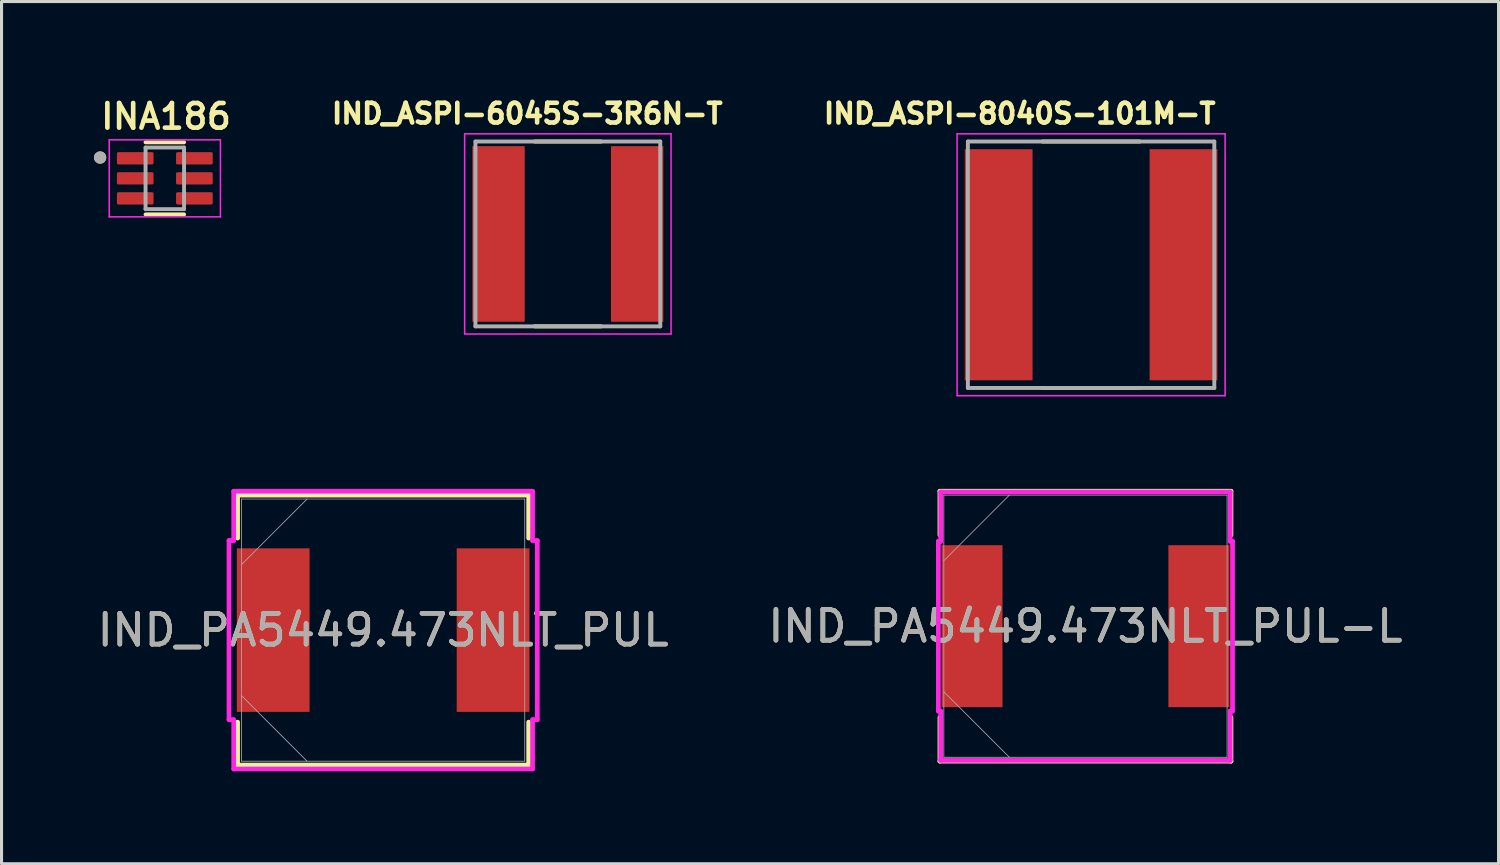
<source format=kicad_pcb>
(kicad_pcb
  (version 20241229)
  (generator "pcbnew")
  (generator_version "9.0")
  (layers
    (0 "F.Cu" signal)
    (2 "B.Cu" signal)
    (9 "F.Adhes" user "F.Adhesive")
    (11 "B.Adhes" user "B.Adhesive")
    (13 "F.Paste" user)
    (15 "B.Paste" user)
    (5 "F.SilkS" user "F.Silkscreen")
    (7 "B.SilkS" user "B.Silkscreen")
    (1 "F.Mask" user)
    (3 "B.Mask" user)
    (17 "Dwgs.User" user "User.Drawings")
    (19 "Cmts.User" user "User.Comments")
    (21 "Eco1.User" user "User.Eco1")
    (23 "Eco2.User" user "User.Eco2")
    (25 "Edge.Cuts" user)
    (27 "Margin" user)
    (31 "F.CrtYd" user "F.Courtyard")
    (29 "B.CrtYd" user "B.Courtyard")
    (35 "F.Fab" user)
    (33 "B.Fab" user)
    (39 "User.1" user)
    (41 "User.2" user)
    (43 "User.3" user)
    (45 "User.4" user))
  (footprint "IND_ASPI-8040S-101M-T"
    (layer "F.Cu")
    (at 32.368 5.544)
    (property "Reference" "IND_ASPI-8040S-101M-T" (at -2.318 -4.906 0) (layer "F.SilkS") (effects (font (size 0.64 0.64) (thickness 0.15))))
    (attr smd)
    (fp_line (start -1.58 -4) (end 1.58 -4) (stroke (width 0.127) (type solid)) (layer "F.SilkS"))
    (fp_line (start -1.58 4) (end 1.58 4) (stroke (width 0.127) (type solid)) (layer "F.SilkS"))
    (fp_line (start -4.35 -4.25) (end -4.35 4.25) (stroke (width 0.05) (type solid)) (layer "F.CrtYd"))
    (fp_line (start -4.35 4.25) (end 4.35 4.25) (stroke (width 0.05) (type solid)) (layer "F.CrtYd"))
    (fp_line (start 4.35 -4.25) (end -4.35 -4.25) (stroke (width 0.05) (type solid)) (layer "F.CrtYd"))
    (fp_line (start 4.35 4.25) (end 4.35 -4.25) (stroke (width 0.05) (type solid)) (layer "F.CrtYd"))
    (fp_line (start -4 -4) (end -4 4) (stroke (width 0.127) (type solid)) (layer "F.Fab"))
    (fp_line (start -4 -4) (end 4 -4) (stroke (width 0.127) (type solid)) (layer "F.Fab"))
    (fp_line (start -4 4) (end 4 4) (stroke (width 0.127) (type solid)) (layer "F.Fab"))
    (fp_line (start 4 -4) (end 4 4) (stroke (width 0.127) (type solid)) (layer "F.Fab"))
    (pad "1" smd rect (at -3 0) (size 2.2 7.5) (layers "F.Cu" "F.Mask" "F.Paste"))
    (pad "2" smd rect (at 3 0) (size 2.2 7.5) (layers "F.Cu" "F.Mask" "F.Paste")))
  (footprint "IND_ASPI-6045S-3R6N-T"
    (layer "F.Cu")
    (at 15.383 4.544)
    (property "Reference" "IND_ASPI-6045S-3R6N-T" (at -1.318 -3.906 0) (layer "F.SilkS") (effects (font (size 0.64 0.64) (thickness 0.15))))
    (attr smd)
    (fp_line (start -1.08 -3) (end 1.08 -3) (stroke (width 0.127) (type solid)) (layer "F.SilkS"))
    (fp_line (start -1.08 3) (end 1.08 3) (stroke (width 0.127) (type solid)) (layer "F.SilkS"))
    (fp_line (start -3.35 -3.25) (end -3.35 3.25) (stroke (width 0.05) (type solid)) (layer "F.CrtYd"))
    (fp_line (start -3.35 3.25) (end 3.35 3.25) (stroke (width 0.05) (type solid)) (layer "F.CrtYd"))
    (fp_line (start 3.35 -3.25) (end -3.35 -3.25) (stroke (width 0.05) (type solid)) (layer "F.CrtYd"))
    (fp_line (start 3.35 3.25) (end 3.35 -3.25) (stroke (width 0.05) (type solid)) (layer "F.CrtYd"))
    (fp_line (start -3 -3) (end -3 3) (stroke (width 0.127) (type solid)) (layer "F.Fab"))
    (fp_line (start -3 -3) (end 3 -3) (stroke (width 0.127) (type solid)) (layer "F.Fab"))
    (fp_line (start -3 3) (end 3 3) (stroke (width 0.127) (type solid)) (layer "F.Fab"))
    (fp_line (start 3 -3) (end 3 3) (stroke (width 0.127) (type solid)) (layer "F.Fab"))
    (pad "1" smd rect (at -2.25 0) (size 1.7 5.7) (layers "F.Cu" "F.Mask" "F.Paste"))
    (pad "2" smd rect (at 2.25 0) (size 1.7 5.7) (layers "F.Cu" "F.Mask" "F.Paste")))
  (footprint "INA186"
    (layer "F.Cu")
    (at 2.3 2.739)
    (property "Reference" "INA186" (at 0.04 -2.008 0) (layer "F.SilkS") (effects (font (size 0.8 0.8) (thickness 0.15))))
    (attr smd)
    (fp_line (start -0.625 -1.17) (end 0.625 -1.17) (stroke (width 0.127) (type solid)) (layer "F.SilkS"))
    (fp_line (start -0.625 1.17) (end 0.625 1.17) (stroke (width 0.127) (type solid)) (layer "F.SilkS"))
    (fp_circle (center -2.1 -0.675) (end -2 -0.675) (stroke (width 0.2) (type solid)) (fill no) (layer "F.SilkS"))
    (fp_line (start -1.805 -1.25) (end -1.805 1.25) (stroke (width 0.05) (type solid)) (layer "F.CrtYd"))
    (fp_line (start -1.805 1.25) (end 1.805 1.25) (stroke (width 0.05) (type solid)) (layer "F.CrtYd"))
    (fp_line (start 1.805 -1.25) (end -1.805 -1.25) (stroke (width 0.05) (type solid)) (layer "F.CrtYd"))
    (fp_line (start 1.805 1.25) (end 1.805 -1.25) (stroke (width 0.05) (type solid)) (layer "F.CrtYd"))
    (fp_line (start -0.625 -1) (end -0.625 1) (stroke (width 0.127) (type solid)) (layer "F.Fab"))
    (fp_line (start -0.625 1) (end 0.625 1) (stroke (width 0.127) (type solid)) (layer "F.Fab"))
    (fp_line (start 0.625 -1) (end -0.625 -1) (stroke (width 0.127) (type solid)) (layer "F.Fab"))
    (fp_line (start 0.625 1) (end 0.625 -1) (stroke (width 0.127) (type solid)) (layer "F.Fab"))
    (fp_circle (center -2.1 -0.675) (end -2 -0.675) (stroke (width 0.2) (type solid)) (fill no) (layer "F.Fab"))
    (pad "1" smd roundrect (at -0.96 -0.65) (size 1.19 0.4) (layers "F.Cu" "F.Mask" "F.Paste") (roundrect_rratio 0.125))
    (pad "2" smd roundrect (at -0.96 0) (size 1.19 0.4) (layers "F.Cu" "F.Mask" "F.Paste") (roundrect_rratio 0.125))
    (pad "3" smd roundrect (at -0.96 0.65) (size 1.19 0.4) (layers "F.Cu" "F.Mask" "F.Paste") (roundrect_rratio 0.125))
    (pad "4" smd roundrect (at 0.96 0.65) (size 1.19 0.4) (layers "F.Cu" "F.Mask" "F.Paste") (roundrect_rratio 0.125))
    (pad "5" smd roundrect (at 0.96 0) (size 1.19 0.4) (layers "F.Cu" "F.Mask" "F.Paste") (roundrect_rratio 0.125))
    (pad "6" smd roundrect (at 0.96 -0.65) (size 1.19 0.4) (layers "F.Cu" "F.Mask" "F.Paste") (roundrect_rratio 0.125)))
  (footprint "IND_PA5449.473NLT_PUL"
    (layer "F.Cu")
    (at 9.387 17.404)
    (property "Reference" "IND_PA5449.473NLT_PUL" (at 0 0 0) (unlocked yes) (layer "F.SilkS") (effects (font (size 1 1) (thickness 0.15))))
    (attr smd)
    (fp_line (start -4.724 -4.381) (end -4.724 -2.987) (stroke (width 0.152) (type solid)) (layer "F.SilkS"))
    (fp_line (start -4.724 2.987) (end -4.724 4.381) (stroke (width 0.152) (type solid)) (layer "F.SilkS"))
    (fp_line (start -4.724 4.381) (end 4.724 4.381) (stroke (width 0.152) (type solid)) (layer "F.SilkS"))
    (fp_line (start 4.724 -4.381) (end -4.724 -4.381) (stroke (width 0.152) (type solid)) (layer "F.SilkS"))
    (fp_line (start 4.724 -2.987) (end 4.724 -4.381) (stroke (width 0.152) (type solid)) (layer "F.SilkS"))
    (fp_line (start 4.724 4.381) (end 4.724 2.987) (stroke (width 0.152) (type solid)) (layer "F.SilkS"))
    (fp_line (start -5.004 -2.908) (end -4.851 -2.908) (stroke (width 0.152) (type solid)) (layer "F.CrtYd"))
    (fp_line (start -5.004 2.908) (end -5.004 -2.908) (stroke (width 0.152) (type solid)) (layer "F.CrtYd"))
    (fp_line (start -4.851 -4.508) (end 4.851 -4.508) (stroke (width 0.152) (type solid)) (layer "F.CrtYd"))
    (fp_line (start -4.851 -2.908) (end -4.851 -4.508) (stroke (width 0.152) (type solid)) (layer "F.CrtYd"))
    (fp_line (start -4.851 2.908) (end -5.004 2.908) (stroke (width 0.152) (type solid)) (layer "F.CrtYd"))
    (fp_line (start -4.851 2.908) (end -4.851 4.508) (stroke (width 0.152) (type solid)) (layer "F.CrtYd"))
    (fp_line (start -4.851 4.508) (end 4.851 4.508) (stroke (width 0.152) (type solid)) (layer "F.CrtYd"))
    (fp_line (start 4.851 -4.508) (end 4.851 -2.908) (stroke (width 0.152) (type solid)) (layer "F.CrtYd"))
    (fp_line (start 4.851 -2.908) (end 5.004 -2.908) (stroke (width 0.152) (type solid)) (layer "F.CrtYd"))
    (fp_line (start 4.851 2.908) (end 5.004 2.908) (stroke (width 0.152) (type solid)) (layer "F.CrtYd"))
    (fp_line (start 4.851 4.508) (end 4.851 2.908) (stroke (width 0.152) (type solid)) (layer "F.CrtYd"))
    (fp_line (start 5.004 -2.908) (end 5.004 2.908) (stroke (width 0.152) (type solid)) (layer "F.CrtYd"))
    (fp_line (start -4.597 -4.255) (end -4.597 4.255) (stroke (width 0.025) (type solid)) (layer "F.Fab"))
    (fp_line (start -4.597 -2.127) (end -2.47 -4.255) (stroke (width 0.025) (type solid)) (layer "F.Fab"))
    (fp_line (start -4.597 2.127) (end -2.47 4.255) (stroke (width 0.025) (type solid)) (layer "F.Fab"))
    (fp_line (start -4.597 4.255) (end 4.597 4.255) (stroke (width 0.025) (type solid)) (layer "F.Fab"))
    (fp_line (start 4.597 -4.255) (end -4.597 -4.255) (stroke (width 0.025) (type solid)) (layer "F.Fab"))
    (fp_line (start 4.597 4.255) (end 4.597 -4.255) (stroke (width 0.025) (type solid)) (layer "F.Fab"))
    (fp_text user "${REFERENCE}" (at 0 0 0) (unlocked yes) (layer "F.Fab") (effects (font (size 1 1) (thickness 0.15))))
    (pad "1" smd rect (at -3.569 0 90) (size 5.309 2.362) (layers "F.Cu" "F.Mask" "F.Paste"))
    (pad "2" smd rect (at 3.569 0 90) (size 5.309 2.362) (layers "F.Cu" "F.Mask" "F.Paste")))
  (footprint "IND_PA5449.473NLT_PUL-L"
    (layer "F.Cu")
    (at 32.185 17.277)
    (property "Reference" "IND_PA5449.473NLT_PUL-L" (at 0 0 0) (unlocked yes) (layer "F.SilkS") (effects (font (size 1 1) (thickness 0.15))))
    (attr smd)
    (fp_line (start -4.724 -4.381) (end -4.724 -2.958) (stroke (width 0.152) (type solid)) (layer "F.SilkS"))
    (fp_line (start -4.724 2.958) (end -4.724 4.381) (stroke (width 0.152) (type solid)) (layer "F.SilkS"))
    (fp_line (start -4.724 4.381) (end 4.724 4.381) (stroke (width 0.152) (type solid)) (layer "F.SilkS"))
    (fp_line (start 4.724 -4.381) (end -4.724 -4.381) (stroke (width 0.152) (type solid)) (layer "F.SilkS"))
    (fp_line (start 4.724 -2.958) (end 4.724 -4.381) (stroke (width 0.152) (type solid)) (layer "F.SilkS"))
    (fp_line (start 4.724 4.381) (end 4.724 2.958) (stroke (width 0.152) (type solid)) (layer "F.SilkS"))
    (fp_line (start -4.775 -2.756) (end -4.699 -2.756) (stroke (width 0.152) (type solid)) (layer "F.CrtYd"))
    (fp_line (start -4.775 2.756) (end -4.775 -2.756) (stroke (width 0.152) (type solid)) (layer "F.CrtYd"))
    (fp_line (start -4.699 -4.356) (end 4.699 -4.356) (stroke (width 0.152) (type solid)) (layer "F.CrtYd"))
    (fp_line (start -4.699 -2.756) (end -4.699 -4.356) (stroke (width 0.152) (type solid)) (layer "F.CrtYd"))
    (fp_line (start -4.699 2.756) (end -4.775 2.756) (stroke (width 0.152) (type solid)) (layer "F.CrtYd"))
    (fp_line (start -4.699 2.756) (end -4.699 4.356) (stroke (width 0.152) (type solid)) (layer "F.CrtYd"))
    (fp_line (start -4.699 4.356) (end 4.699 4.356) (stroke (width 0.152) (type solid)) (layer "F.CrtYd"))
    (fp_line (start 4.699 -4.356) (end 4.699 -2.756) (stroke (width 0.152) (type solid)) (layer "F.CrtYd"))
    (fp_line (start 4.699 -2.756) (end 4.775 -2.756) (stroke (width 0.152) (type solid)) (layer "F.CrtYd"))
    (fp_line (start 4.699 2.756) (end 4.775 2.756) (stroke (width 0.152) (type solid)) (layer "F.CrtYd"))
    (fp_line (start 4.699 4.356) (end 4.699 2.756) (stroke (width 0.152) (type solid)) (layer "F.CrtYd"))
    (fp_line (start 4.775 -2.756) (end 4.775 2.756) (stroke (width 0.152) (type solid)) (layer "F.CrtYd"))
    (fp_line (start -4.597 -4.255) (end -4.597 4.255) (stroke (width 0.025) (type solid)) (layer "F.Fab"))
    (fp_line (start -4.597 -2.127) (end -2.47 -4.255) (stroke (width 0.025) (type solid)) (layer "F.Fab"))
    (fp_line (start -4.597 2.127) (end -2.47 4.255) (stroke (width 0.025) (type solid)) (layer "F.Fab"))
    (fp_line (start -4.597 4.255) (end 4.597 4.255) (stroke (width 0.025) (type solid)) (layer "F.Fab"))
    (fp_line (start 4.597 -4.255) (end -4.597 -4.255) (stroke (width 0.025) (type solid)) (layer "F.Fab"))
    (fp_line (start 4.597 4.255) (end 4.597 -4.255) (stroke (width 0.025) (type solid)) (layer "F.Fab"))
    (fp_text user "${REFERENCE}" (at 0 0 0) (unlocked yes) (layer "F.Fab") (effects (font (size 1 1) (thickness 0.15))))
    (pad "1" smd rect (at -3.683 0 90) (size 5.258 1.981) (layers "F.Cu" "F.Mask" "F.Paste"))
    (pad "2" smd rect (at 3.683 0 90) (size 5.258 1.981) (layers "F.Cu" "F.Mask" "F.Paste")))
  (gr_rect
    (start -3 -3)
    (end 45.595 24.988)
    (stroke (width 0.1) (type default))
    (fill no)
    (layer "Edge.Cuts")))
</source>
